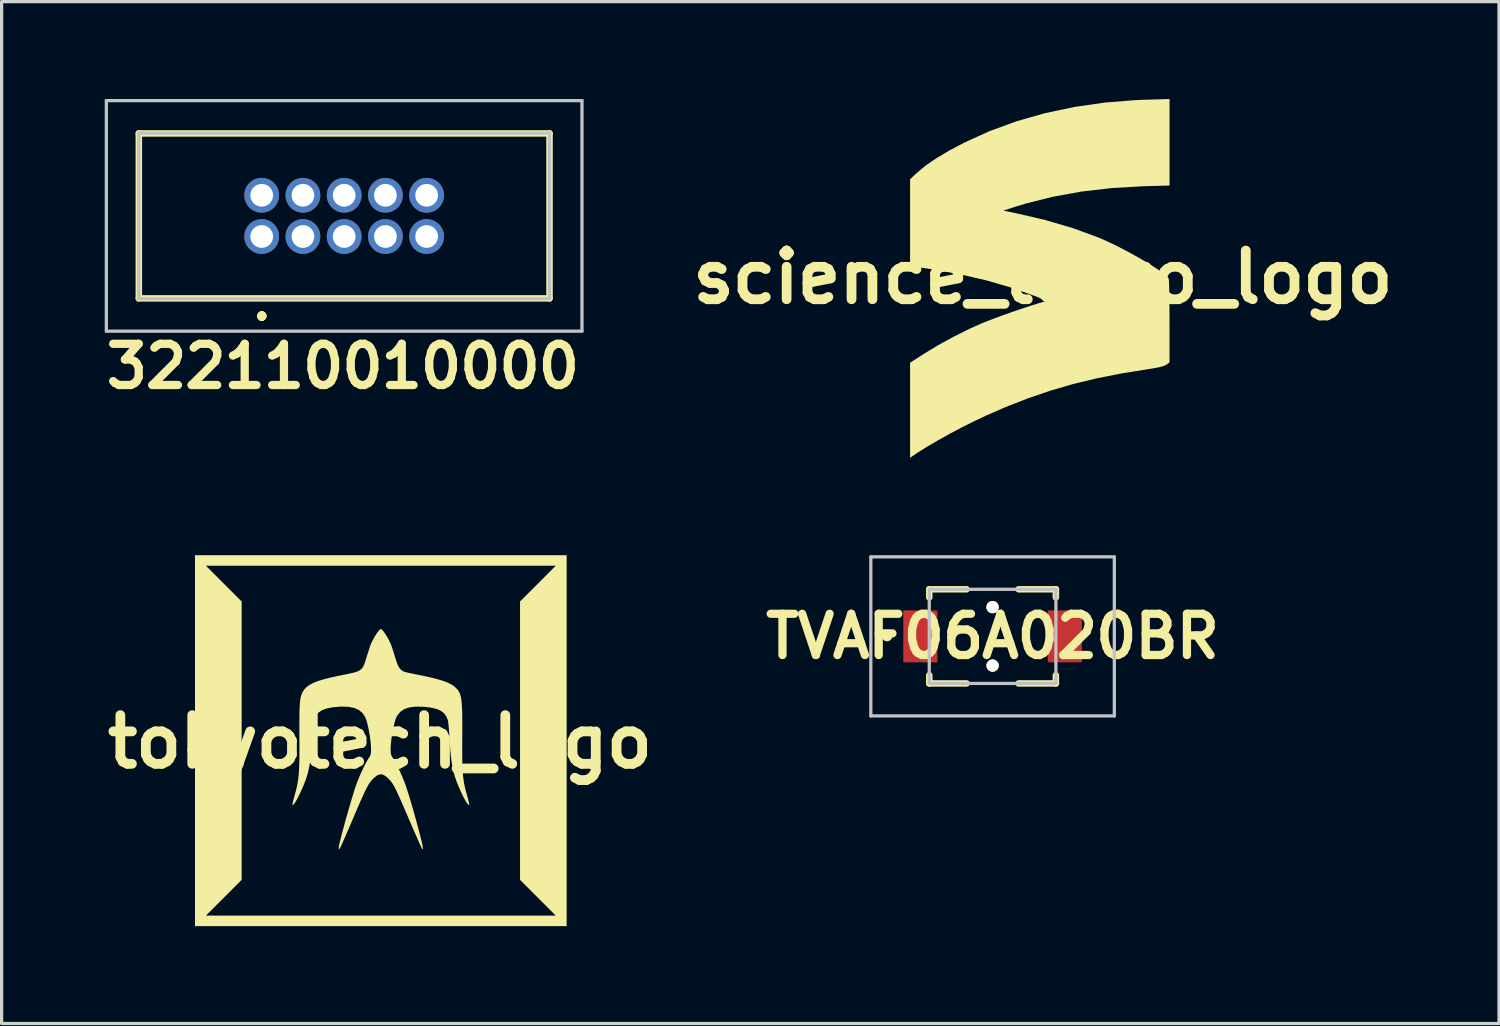
<source format=kicad_pcb>
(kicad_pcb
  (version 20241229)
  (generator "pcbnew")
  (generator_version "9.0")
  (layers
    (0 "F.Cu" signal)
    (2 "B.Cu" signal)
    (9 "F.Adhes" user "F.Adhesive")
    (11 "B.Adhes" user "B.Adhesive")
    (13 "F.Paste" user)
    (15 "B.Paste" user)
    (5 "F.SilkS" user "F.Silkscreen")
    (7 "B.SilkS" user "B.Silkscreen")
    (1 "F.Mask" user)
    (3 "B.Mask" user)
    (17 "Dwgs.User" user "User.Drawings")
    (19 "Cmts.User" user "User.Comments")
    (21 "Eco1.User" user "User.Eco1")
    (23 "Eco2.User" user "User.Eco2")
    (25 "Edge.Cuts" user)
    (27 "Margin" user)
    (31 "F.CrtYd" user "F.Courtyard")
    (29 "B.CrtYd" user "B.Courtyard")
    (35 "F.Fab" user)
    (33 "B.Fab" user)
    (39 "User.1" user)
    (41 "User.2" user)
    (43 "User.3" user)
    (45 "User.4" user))
  (footprint "tokyotech_logo"
    (layer "F.Cu")
    (at 8.657 19.799)
    (property "Reference" "tokyotech_logo" (at 0 0 0) (layer "F.SilkS") (effects (font (size 1.5 1.5) (thickness 0.3))))
    (attr board_only exclude_from_pos_files exclude_from_bom)
    (fp_poly (pts (xy 5.747 -0.035) (xy 5.747 5.678) (xy 0.023 5.678) (xy -5.701 5.678) (xy -5.701 5.353) (xy -5.365 5.353) (xy 0.023 5.353) (xy 5.411 5.353) (xy 4.861 4.803) (xy 4.311 4.252) (xy 4.311 -0.035) (xy 4.311 -4.322) (xy 4.861 -4.872) (xy 5.411 -5.423) (xy 0.023 -5.423) (xy -5.365 -5.423) (xy -4.814 -4.872) (xy -4.264 -4.322) (xy -4.264 -0.035) (xy -4.264 4.252) (xy -4.814 4.803) (xy -5.365 5.353) (xy -5.701 5.353) (xy -5.701 -0.035) (xy -5.701 -5.747) (xy 0.023 -5.747) (xy 5.747 -5.747)) (stroke (width 0) (type solid)) (fill yes) (layer "F.SilkS"))
    (fp_poly (pts (xy 0.057 -3.457) (xy 0.104 -3.403) (xy 0.159 -3.325) (xy 0.218 -3.231) (xy 0.274 -3.129) (xy 0.322 -3.028) (xy 0.355 -2.943) (xy 0.389 -2.841) (xy 0.429 -2.715) (xy 0.468 -2.588) (xy 0.484 -2.537) (xy 0.532 -2.396) (xy 0.582 -2.294) (xy 0.638 -2.223) (xy 0.707 -2.175) (xy 0.747 -2.158) (xy 0.793 -2.144) (xy 0.874 -2.125) (xy 0.979 -2.103) (xy 1.097 -2.079) (xy 1.118 -2.075) (xy 1.401 -2.018) (xy 1.641 -1.962) (xy 1.842 -1.908) (xy 2.007 -1.853) (xy 2.14 -1.796) (xy 2.244 -1.737) (xy 2.303 -1.691) (xy 2.353 -1.644) (xy 2.396 -1.595) (xy 2.432 -1.541) (xy 2.461 -1.477) (xy 2.484 -1.4) (xy 2.502 -1.304) (xy 2.515 -1.187) (xy 2.524 -1.043) (xy 2.53 -0.87) (xy 2.532 -0.662) (xy 2.533 -0.416) (xy 2.531 -0.139) (xy 2.53 0.145) (xy 2.53 0.388) (xy 2.533 0.596) (xy 2.538 0.774) (xy 2.546 0.929) (xy 2.557 1.065) (xy 2.573 1.189) (xy 2.593 1.306) (xy 2.618 1.421) (xy 2.648 1.54) (xy 2.68 1.655) (xy 2.709 1.761) (xy 2.731 1.851) (xy 2.744 1.915) (xy 2.745 1.944) (xy 2.745 1.944) (xy 2.72 1.94) (xy 2.68 1.895) (xy 2.628 1.812) (xy 2.564 1.693) (xy 2.524 1.611) (xy 2.433 1.412) (xy 2.358 1.229) (xy 2.298 1.052) (xy 2.25 0.873) (xy 2.213 0.683) (xy 2.184 0.473) (xy 2.161 0.234) (xy 2.144 -0.035) (xy 2.134 -0.195) (xy 2.123 -0.344) (xy 2.113 -0.473) (xy 2.102 -0.576) (xy 2.093 -0.645) (xy 2.089 -0.667) (xy 2.039 -0.787) (xy 1.967 -0.883) (xy 1.87 -0.957) (xy 1.742 -1.013) (xy 1.579 -1.051) (xy 1.378 -1.076) (xy 1.298 -1.081) (xy 1.08 -1.083) (xy 0.898 -1.059) (xy 0.749 -1.009) (xy 0.631 -0.93) (xy 0.539 -0.823) (xy 0.505 -0.763) (xy 0.471 -0.678) (xy 0.437 -0.557) (xy 0.404 -0.413) (xy 0.375 -0.255) (xy 0.35 -0.095) (xy 0.333 0.057) (xy 0.325 0.188) (xy 0.324 0.215) (xy 0.326 0.311) (xy 0.334 0.378) (xy 0.352 0.43) (xy 0.385 0.485) (xy 0.396 0.501) (xy 0.454 0.595) (xy 0.521 0.723) (xy 0.593 0.872) (xy 0.665 1.031) (xy 0.731 1.191) (xy 0.787 1.339) (xy 0.797 1.367) (xy 0.874 1.605) (xy 0.957 1.88) (xy 1.048 2.195) (xy 1.146 2.552) (xy 1.192 2.724) (xy 1.242 2.915) (xy 1.279 3.065) (xy 1.304 3.176) (xy 1.317 3.251) (xy 1.319 3.294) (xy 1.311 3.308) (xy 1.296 3.299) (xy 1.282 3.272) (xy 1.251 3.208) (xy 1.207 3.111) (xy 1.151 2.986) (xy 1.086 2.837) (xy 1.013 2.67) (xy 0.935 2.489) (xy 0.924 2.465) (xy 0.815 2.211) (xy 0.722 1.996) (xy 0.643 1.815) (xy 0.576 1.666) (xy 0.52 1.544) (xy 0.472 1.445) (xy 0.431 1.367) (xy 0.394 1.304) (xy 0.36 1.252) (xy 0.327 1.209) (xy 0.293 1.171) (xy 0.271 1.147) (xy 0.169 1.055) (xy 0.078 1.007) (xy -0.008 1.001) (xy -0.097 1.038) (xy -0.196 1.118) (xy -0.225 1.147) (xy -0.262 1.188) (xy -0.298 1.233) (xy -0.335 1.285) (xy -0.374 1.35) (xy -0.417 1.429) (xy -0.466 1.528) (xy -0.523 1.65) (xy -0.59 1.799) (xy -0.669 1.979) (xy -0.761 2.193) (xy -0.868 2.445) (xy -0.893 2.503) (xy -0.968 2.679) (xy -1.039 2.843) (xy -1.103 2.989) (xy -1.158 3.111) (xy -1.201 3.206) (xy -1.231 3.268) (xy -1.244 3.29) (xy -1.267 3.309) (xy -1.274 3.289) (xy -1.275 3.268) (xy -1.268 3.22) (xy -1.25 3.134) (xy -1.222 3.016) (xy -1.185 2.87) (xy -1.141 2.704) (xy -1.092 2.523) (xy -1.04 2.333) (xy -0.985 2.14) (xy -0.93 1.949) (xy -0.876 1.767) (xy -0.825 1.6) (xy -0.779 1.452) (xy -0.75 1.367) (xy -0.698 1.223) (xy -0.633 1.064) (xy -0.562 0.904) (xy -0.489 0.752) (xy -0.42 0.619) (xy -0.36 0.517) (xy -0.35 0.501) (xy -0.313 0.443) (xy -0.291 0.392) (xy -0.281 0.33) (xy -0.278 0.243) (xy -0.278 0.215) (xy -0.284 0.09) (xy -0.299 -0.058) (xy -0.322 -0.217) (xy -0.351 -0.376) (xy -0.383 -0.525) (xy -0.417 -0.652) (xy -0.451 -0.746) (xy -0.458 -0.763) (xy -0.541 -0.886) (xy -0.652 -0.978) (xy -0.792 -1.042) (xy -0.965 -1.077) (xy -1.174 -1.085) (xy -1.259 -1.082) (xy -1.475 -1.061) (xy -1.651 -1.025) (xy -1.79 -0.973) (xy -1.897 -0.9) (xy -1.975 -0.805) (xy -2.03 -0.685) (xy -2.063 -0.541) (xy -2.071 -0.476) (xy -2.08 -0.374) (xy -2.089 -0.245) (xy -2.099 -0.099) (xy -2.107 0.055) (xy -2.108 0.07) (xy -2.125 0.339) (xy -2.149 0.573) (xy -2.183 0.782) (xy -2.228 0.976) (xy -2.288 1.166) (xy -2.365 1.363) (xy -2.461 1.576) (xy -2.467 1.587) (xy -2.54 1.734) (xy -2.601 1.844) (xy -2.65 1.916) (xy -2.684 1.947) (xy -2.698 1.944) (xy -2.698 1.918) (xy -2.686 1.856) (xy -2.664 1.768) (xy -2.636 1.663) (xy -2.633 1.655) (xy -2.598 1.527) (xy -2.569 1.409) (xy -2.544 1.294) (xy -2.525 1.177) (xy -2.51 1.052) (xy -2.499 0.914) (xy -2.491 0.756) (xy -2.486 0.575) (xy -2.484 0.363) (xy -2.484 0.115) (xy -2.485 -0.139) (xy -2.486 -0.411) (xy -2.486 -0.64) (xy -2.485 -0.833) (xy -2.481 -0.992) (xy -2.475 -1.122) (xy -2.467 -1.229) (xy -2.456 -1.315) (xy -2.441 -1.386) (xy -2.423 -1.446) (xy -2.402 -1.499) (xy -2.388 -1.529) (xy -2.335 -1.611) (xy -2.266 -1.685) (xy -2.175 -1.752) (xy -2.058 -1.813) (xy -1.913 -1.871) (xy -1.735 -1.926) (xy -1.52 -1.981) (xy -1.264 -2.036) (xy -1.136 -2.062) (xy -0.956 -2.098) (xy -0.815 -2.13) (xy -0.708 -2.163) (xy -0.628 -2.201) (xy -0.569 -2.248) (xy -0.524 -2.308) (xy -0.488 -2.385) (xy -0.454 -2.484) (xy -0.438 -2.537) (xy -0.4 -2.659) (xy -0.359 -2.788) (xy -0.322 -2.903) (xy -0.309 -2.943) (xy -0.273 -3.036) (xy -0.223 -3.137) (xy -0.167 -3.238) (xy -0.108 -3.332) (xy -0.053 -3.408) (xy -0.007 -3.459) (xy 0.023 -3.476)) (stroke (width 0) (type solid)) (fill yes) (layer "F.SilkS")))
  (footprint "science_tokyo_logo"
    (layer "F.Cu")
    (at 29.072 5.489)
    (property "Reference" "science_tokyo_logo" (at 0 0 0) (layer "F.SilkS") (effects (font (size 1.5 1.5) (thickness 0.3))))
    (attr board_only exclude_from_pos_files exclude_from_bom)
    (fp_poly (pts (xy 3.902 -4.157) (xy 3.902 -2.825) (xy 3.105 -2.803) (xy 2.128 -2.747) (xy 1.191 -2.639) (xy 0.299 -2.477) (xy -0.545 -2.264) (xy -0.861 -2.167) (xy -1.219 -2.051) (xy -0.807 -1.967) (xy 0.079 -1.761) (xy 0.931 -1.509) (xy 1.67 -1.24) (xy 1.906 -1.139) (xy 2.162 -1.02) (xy 2.429 -0.886) (xy 2.698 -0.744) (xy 2.96 -0.598) (xy 3.206 -0.454) (xy 3.426 -0.317) (xy 3.613 -0.193) (xy 3.757 -0.085) (xy 3.848 -0.001) (xy 3.878 0.046) (xy 3.883 0.103) (xy 3.889 0.226) (xy 3.893 0.404) (xy 3.897 0.629) (xy 3.899 0.891) (xy 3.901 1.181) (xy 3.901 1.376) (xy 3.902 2.621) (xy 3.812 2.691) (xy 3.728 2.733) (xy 3.579 2.773) (xy 3.363 2.813) (xy 3.259 2.829) (xy 2.431 2.962) (xy 1.66 3.114) (xy 0.931 3.29) (xy 0.229 3.495) (xy -0.464 3.732) (xy -1.163 4.006) (xy -1.75 4.262) (xy -2.109 4.431) (xy -2.487 4.62) (xy -2.866 4.821) (xy -3.232 5.025) (xy -3.569 5.222) (xy -3.862 5.406) (xy -4.005 5.503) (xy -4.09 5.562) (xy -4.09 4.098) (xy -4.09 2.634) (xy -3.677 2.367) (xy -3.233 2.097) (xy -2.745 1.83) (xy -2.243 1.581) (xy -1.895 1.425) (xy -1.712 1.351) (xy -1.477 1.262) (xy -1.208 1.163) (xy -0.921 1.062) (xy -0.636 0.964) (xy -0.37 0.876) (xy -0.142 0.805) (xy 0 0.763) (xy 0.131 0.727) (xy -0.263 0.573) (xy -0.988 0.315) (xy -1.761 0.092) (xy -2.588 -0.098) (xy -3.473 -0.255) (xy -3.911 -0.318) (xy -4.09 -0.342) (xy -4.09 -1.68) (xy -4.09 -3.017) (xy -3.888 -3.208) (xy -3.626 -3.428) (xy -3.291 -3.659) (xy -2.886 -3.9) (xy -2.42 -4.147) (xy -1.637 -4.502) (xy -0.806 -4.805) (xy 0.066 -5.053) (xy 0.974 -5.245) (xy 1.909 -5.38) (xy 2.865 -5.456) (xy 3.123 -5.466) (xy 3.902 -5.489)) (stroke (width 0) (type solid)) (fill yes) (layer "F.SilkS")))
  (footprint "322110010000"
    (layer "F.Cu")
    (at 5.011 4.235)
    (property "Reference" "322110010000" (at 2.5 4 0) (layer "F.SilkS") (effects (font (size 1.27 1.27) (thickness 0.254))))
    (attr through_hole exclude_from_pos_files)
    (fp_line (start -3.785 -3.175) (end 8.865 -3.175) (stroke (width 0.2) (type solid)) (layer "F.SilkS"))
    (fp_line (start -3.785 1.905) (end -3.785 -3.175) (stroke (width 0.2) (type solid)) (layer "F.SilkS"))
    (fp_line (start 0 2.4) (end 0 2.4) (stroke (width 0.2) (type solid)) (layer "F.SilkS"))
    (fp_line (start 0 2.5) (end 0 2.5) (stroke (width 0.2) (type solid)) (layer "F.SilkS"))
    (fp_line (start 0 2.5) (end 0 2.5) (stroke (width 0.2) (type solid)) (layer "F.SilkS"))
    (fp_line (start 8.865 -3.175) (end 8.865 1.905) (stroke (width 0.2) (type solid)) (layer "F.SilkS"))
    (fp_line (start 8.865 1.905) (end -3.785 1.905) (stroke (width 0.2) (type solid)) (layer "F.SilkS"))
    (fp_arc (start 0 2.4) (mid 0.05 2.45) (end 0 2.5) (stroke (width 0.2) (type solid)) (layer "F.SilkS"))
    (fp_arc (start 0 2.4) (mid 0.05 2.45) (end 0 2.5) (stroke (width 0.2) (type solid)) (layer "F.SilkS"))
    (fp_arc (start 0 2.5) (mid -0.05 2.45) (end 0 2.4) (stroke (width 0.2) (type solid)) (layer "F.SilkS"))
    (fp_line (start -4.785 -4.185) (end 9.865 -4.185) (stroke (width 0.1) (type solid)) (layer "Dwgs.User"))
    (fp_line (start -4.785 2.915) (end -4.785 -4.185) (stroke (width 0.1) (type solid)) (layer "Dwgs.User"))
    (fp_line (start -3.785 -3.185) (end -3.785 1.915) (stroke (width 0.1) (type solid)) (layer "Dwgs.User"))
    (fp_line (start -3.785 1.915) (end 8.865 1.915) (stroke (width 0.1) (type solid)) (layer "Dwgs.User"))
    (fp_line (start 8.865 -3.185) (end -3.785 -3.185) (stroke (width 0.1) (type solid)) (layer "Dwgs.User"))
    (fp_line (start 8.865 1.915) (end 8.865 -3.185) (stroke (width 0.1) (type solid)) (layer "Dwgs.User"))
    (fp_line (start 9.865 -4.185) (end 9.865 2.915) (stroke (width 0.1) (type solid)) (layer "Dwgs.User"))
    (fp_line (start 9.865 2.915) (end -4.785 2.915) (stroke (width 0.1) (type solid)) (layer "Dwgs.User"))
    (pad "1" thru_hole circle (at 0 0 90) (size 1.07 1.07) (drill 0.7) (layers "*.Cu" "*.Mask"))
    (pad "2" thru_hole circle (at 0 -1.27 90) (size 1.07 1.07) (drill 0.7) (layers "*.Cu" "*.Mask"))
    (pad "3" thru_hole circle (at 1.27 0 90) (size 1.07 1.07) (drill 0.7) (layers "*.Cu" "*.Mask"))
    (pad "4" thru_hole circle (at 1.27 -1.27 90) (size 1.07 1.07) (drill 0.7) (layers "*.Cu" "*.Mask"))
    (pad "5" thru_hole circle (at 2.54 0 90) (size 1.07 1.07) (drill 0.7) (layers "*.Cu" "*.Mask"))
    (pad "6" thru_hole circle (at 2.54 -1.27 90) (size 1.07 1.07) (drill 0.7) (layers "*.Cu" "*.Mask"))
    (pad "7" thru_hole circle (at 3.81 0 90) (size 1.07 1.07) (drill 0.7) (layers "*.Cu" "*.Mask"))
    (pad "8" thru_hole circle (at 3.81 -1.27 90) (size 1.07 1.07) (drill 0.7) (layers "*.Cu" "*.Mask"))
    (pad "9" thru_hole circle (at 5.08 0 90) (size 1.07 1.07) (drill 0.7) (layers "*.Cu" "*.Mask"))
    (pad "10" thru_hole circle (at 5.08 -1.27 90) (size 1.07 1.07) (drill 0.7) (layers "*.Cu" "*.Mask")))
  (footprint "TVAF06A020BR"
    (layer "F.Cu")
    (at 27.523 16.551)
    (property "Reference" "TVAF06A020BR" (at 0 0 0) (layer "F.SilkS") (effects (font (size 1.27 1.27) (thickness 0.254))))
    (attr through_hole exclude_from_pos_files)
    (fp_line (start -3.3 0) (end -3.3 0) (stroke (width 0.2) (type solid)) (layer "F.SilkS"))
    (fp_line (start -3.3 0) (end -3.3 0) (stroke (width 0.2) (type solid)) (layer "F.SilkS"))
    (fp_line (start -3.2 0) (end -3.2 0) (stroke (width 0.2) (type solid)) (layer "F.SilkS"))
    (fp_line (start -1.95 -1.45) (end -0.8 -1.45) (stroke (width 0.2) (type solid)) (layer "F.SilkS"))
    (fp_line (start -1.95 -1.2) (end -1.95 -1.45) (stroke (width 0.2) (type solid)) (layer "F.SilkS"))
    (fp_line (start -1.95 1.2) (end -1.95 1.45) (stroke (width 0.2) (type solid)) (layer "F.SilkS"))
    (fp_line (start -1.95 1.45) (end -0.8 1.45) (stroke (width 0.2) (type solid)) (layer "F.SilkS"))
    (fp_line (start 0.8 -1.45) (end 1.95 -1.45) (stroke (width 0.2) (type solid)) (layer "F.SilkS"))
    (fp_line (start 1.95 -1.45) (end 1.95 -1.2) (stroke (width 0.2) (type solid)) (layer "F.SilkS"))
    (fp_line (start 1.95 1.2) (end 1.95 1.45) (stroke (width 0.2) (type solid)) (layer "F.SilkS"))
    (fp_line (start 1.95 1.45) (end 0.8 1.45) (stroke (width 0.2) (type solid)) (layer "F.SilkS"))
    (fp_arc (start -3.3 0) (mid -3.25 -0.05) (end -3.2 0) (stroke (width 0.2) (type solid)) (layer "F.SilkS"))
    (fp_arc (start -3.2 0) (mid -3.25 0.05) (end -3.3 0) (stroke (width 0.2) (type solid)) (layer "F.SilkS"))
    (fp_arc (start -3.2 0) (mid -3.25 0.05) (end -3.3 0) (stroke (width 0.2) (type solid)) (layer "F.SilkS"))
    (fp_line (start -3.75 -2.45) (end 3.75 -2.45) (stroke (width 0.1) (type solid)) (layer "Dwgs.User"))
    (fp_line (start -3.75 2.45) (end -3.75 -2.45) (stroke (width 0.1) (type solid)) (layer "Dwgs.User"))
    (fp_line (start -1.95 -1.45) (end -1.95 1.45) (stroke (width 0.1) (type solid)) (layer "Dwgs.User"))
    (fp_line (start -1.95 1.45) (end 1.95 1.45) (stroke (width 0.1) (type solid)) (layer "Dwgs.User"))
    (fp_line (start 1.95 -1.45) (end -1.95 -1.45) (stroke (width 0.1) (type solid)) (layer "Dwgs.User"))
    (fp_line (start 1.95 1.45) (end 1.95 -1.45) (stroke (width 0.1) (type solid)) (layer "Dwgs.User"))
    (fp_line (start 3.75 -2.45) (end 3.75 2.45) (stroke (width 0.1) (type solid)) (layer "Dwgs.User"))
    (fp_line (start 3.75 2.45) (end -3.75 2.45) (stroke (width 0.1) (type solid)) (layer "Dwgs.User"))
    (pad "1" smd rect (at -2.225 0) (size 1.05 1.6) (layers "F.Cu" "F.Mask" "F.Paste"))
    (pad "2" smd rect (at 2.225 0) (size 1.05 1.6) (layers "F.Cu" "F.Mask" "F.Paste"))
    (pad "MH1" thru_hole circle (at 0 -0.9 90) (size 0.375 0.375) (drill 0.75) (layers "*.Cu" "*.Mask" "F.SilkS"))
    (pad "MH2" thru_hole circle (at 0 0.9 90) (size 0.375 0.375) (drill 0.75) (layers "*.Cu" "*.Mask" "F.SilkS")))
  (gr_rect
    (start -3 -3)
    (end 43.122 28.476)
    (stroke (width 0.1) (type default))
    (fill no)
    (layer "Edge.Cuts")))
</source>
